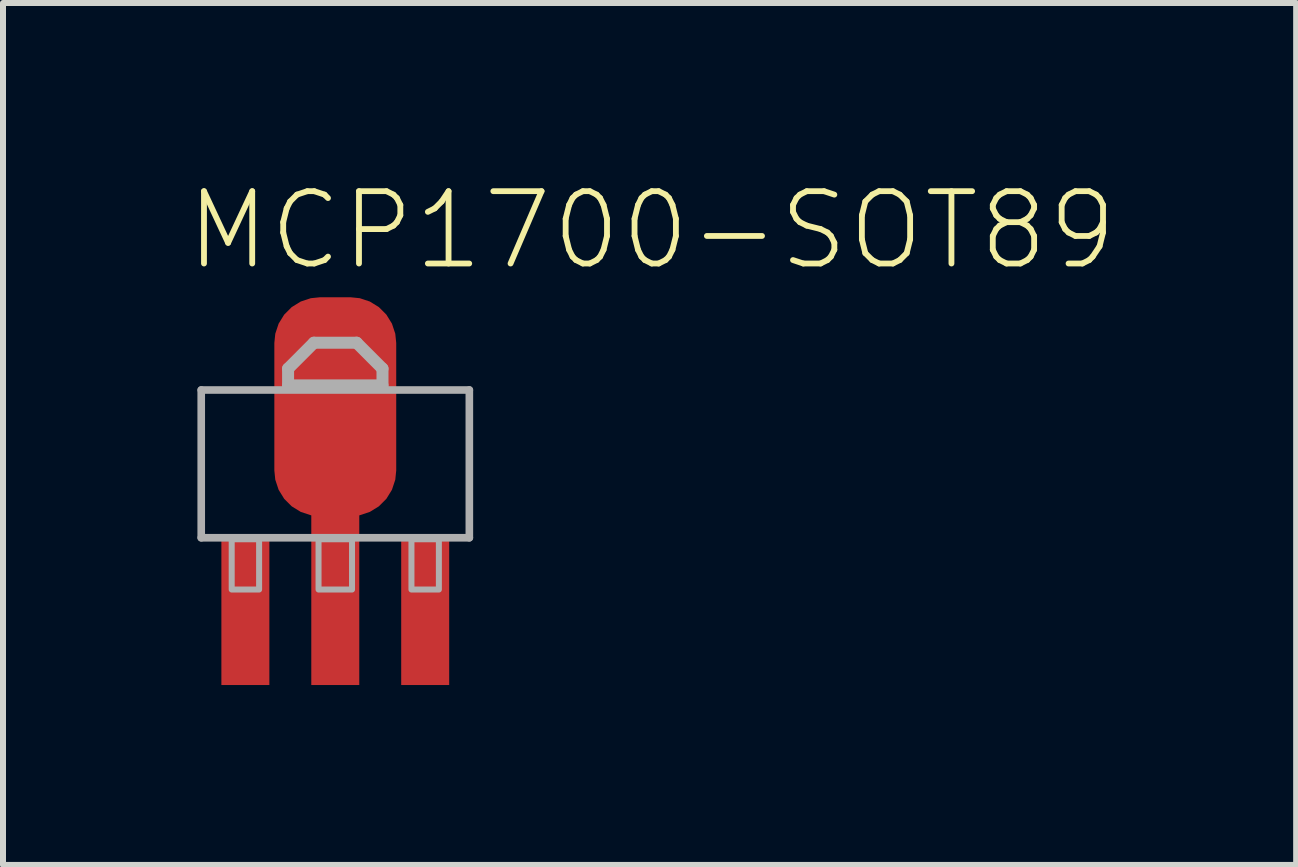
<source format=kicad_pcb>
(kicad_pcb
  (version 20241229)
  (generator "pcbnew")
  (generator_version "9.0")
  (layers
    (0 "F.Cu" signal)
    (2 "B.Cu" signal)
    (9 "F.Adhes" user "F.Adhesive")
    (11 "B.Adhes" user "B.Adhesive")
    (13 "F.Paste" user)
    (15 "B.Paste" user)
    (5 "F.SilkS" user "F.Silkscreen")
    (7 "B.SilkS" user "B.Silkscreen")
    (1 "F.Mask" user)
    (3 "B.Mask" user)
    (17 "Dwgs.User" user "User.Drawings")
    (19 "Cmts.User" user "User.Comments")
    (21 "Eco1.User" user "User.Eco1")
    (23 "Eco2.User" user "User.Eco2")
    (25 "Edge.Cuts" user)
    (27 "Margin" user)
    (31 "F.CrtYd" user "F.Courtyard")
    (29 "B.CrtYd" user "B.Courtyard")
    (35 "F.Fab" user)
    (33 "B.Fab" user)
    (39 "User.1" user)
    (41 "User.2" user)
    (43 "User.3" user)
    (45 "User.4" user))
  (footprint "MCP1700-SOT89"
    (layer "F.Cu")
    (at 2.54 4.671)
    (property "Reference" "MCP1700-SOT89" (at -2.54 -3.175 0) (layer "F.SilkS") (effects (font (size 1.206 1.206) (thickness 0.097)) (justify left bottom)))
    (attr through_hole)
    (fp_poly (pts (xy -0.5 2.78) (xy 0.5 2.78) (xy 0.5 1.18) (xy -0.5 1.18)) (stroke (width 0) (type solid)) (fill yes) (layer "F.Mask"))
    (fp_poly (pts (xy -0.4 2.68) (xy 0.4 2.68) (xy 0.4 1.28) (xy -0.4 1.28)) (stroke (width 0) (type solid)) (fill yes) (layer "F.Paste"))
    (fp_line (start -2.235 -1.219) (end 2.235 -1.219) (stroke (width 0.127) (type solid)) (layer "F.Fab"))
    (fp_line (start -2.235 1.245) (end -2.235 -1.219) (stroke (width 0.127) (type solid)) (layer "F.Fab"))
    (fp_line (start -0.787 -1.575) (end -0.356 -2.007) (stroke (width 0.2) (type solid)) (layer "F.Fab"))
    (fp_line (start -0.787 -1.295) (end -0.787 -1.575) (stroke (width 0.2) (type solid)) (layer "F.Fab"))
    (fp_line (start -0.356 -2.007) (end 0.356 -2.007) (stroke (width 0.2) (type solid)) (layer "F.Fab"))
    (fp_line (start 0.356 -2.007) (end 0.787 -1.575) (stroke (width 0.2) (type solid)) (layer "F.Fab"))
    (fp_line (start 0.787 -1.575) (end 0.787 -1.295) (stroke (width 0.2) (type solid)) (layer "F.Fab"))
    (fp_line (start 0.787 -1.295) (end -0.787 -1.295) (stroke (width 0.2) (type solid)) (layer "F.Fab"))
    (fp_line (start 2.235 -1.219) (end 2.235 1.245) (stroke (width 0.127) (type solid)) (layer "F.Fab"))
    (fp_line (start 2.235 1.245) (end -2.235 1.245) (stroke (width 0.127) (type solid)) (layer "F.Fab"))
    (fp_poly (pts (xy -1.727 2.108) (xy -1.27 2.108) (xy -1.27 1.27) (xy -1.727 1.27)) (stroke (width 0.1) (type solid)) (fill no) (layer "F.Fab"))
    (fp_poly (pts (xy -0.279 2.108) (xy 0.279 2.108) (xy 0.279 1.27) (xy -0.279 1.27)) (stroke (width 0.1) (type solid)) (fill no) (layer "F.Fab"))
    (fp_poly (pts (xy 1.27 2.108) (xy 1.727 2.108) (xy 1.727 1.27) (xy 1.27 1.27)) (stroke (width 0.1) (type solid)) (fill no) (layer "F.Fab"))
    (fp_poly (pts (xy -0.787 -1.321) (xy -0.787 -1.575) (xy -0.356 -2.007) (xy 0.305 -2.007) (xy 0.356 -2.007) (xy 0.787 -1.575) (xy 0.787 -1.295) (xy -0.787 -1.295)) (stroke (width 0.1) (type solid)) (fill no) (layer "F.Fab"))
    (pad "1" smd rect (at -1.499 2.5) (size 0.8 2.4) (layers "F.Cu" "F.Mask" "F.Paste"))
    (pad "2" smd rect (at 0 2.2) (size 0.8 3) (layers "F.Cu" "F.Mask"))
    (pad "2@1" smd roundrect (at 0 -0.94) (size 2.032 3.65) (layers "F.Cu" "F.Mask" "F.Paste") (roundrect_rratio 0.375))
    (pad "3" smd rect (at 1.499 2.5) (size 0.8 2.4) (layers "F.Cu" "F.Mask" "F.Paste")))
  (gr_rect
    (start -3 -3)
    (end 18.56 11.371)
    (stroke (width 0.1) (type default))
    (fill no)
    (layer "Edge.Cuts")))
</source>
